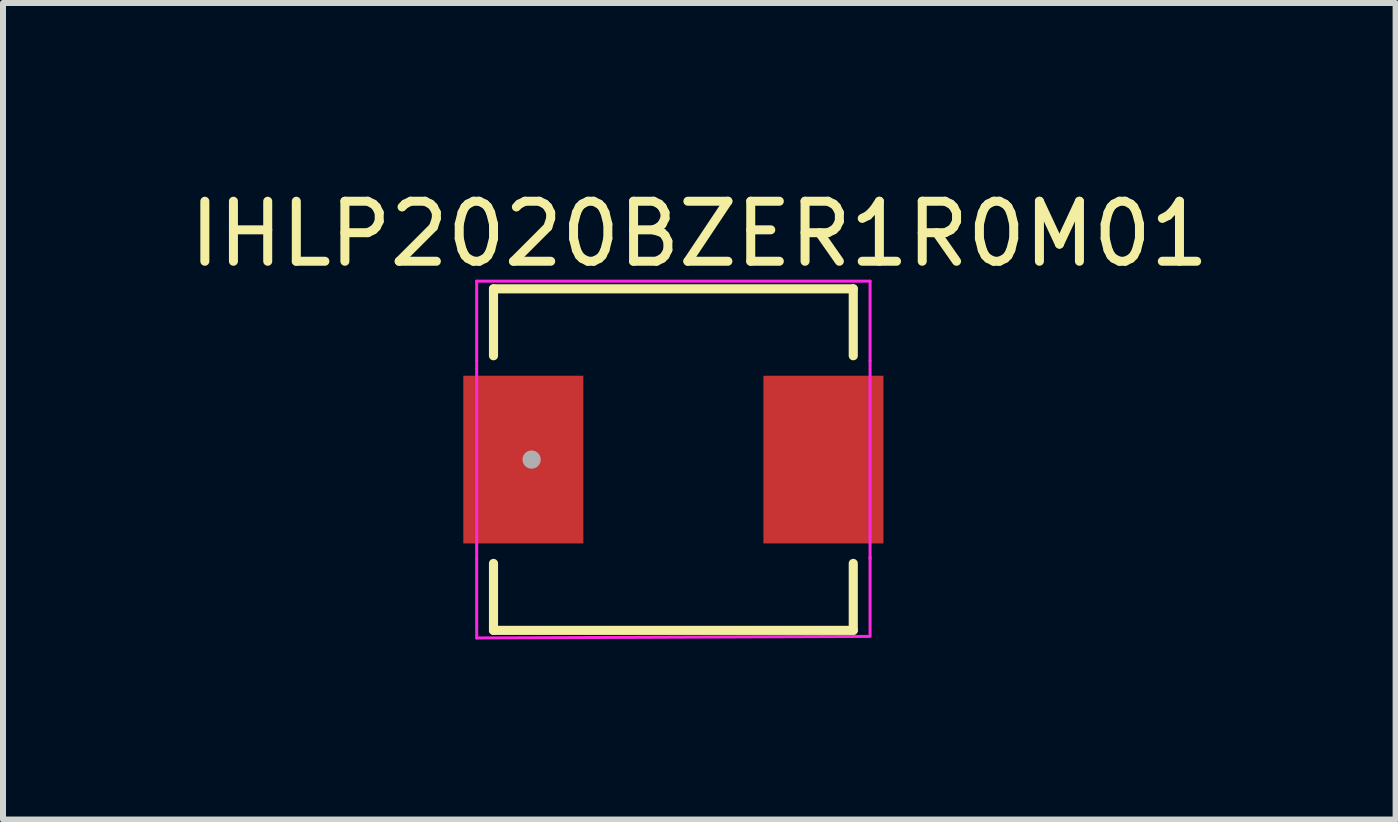
<source format=kicad_pcb>
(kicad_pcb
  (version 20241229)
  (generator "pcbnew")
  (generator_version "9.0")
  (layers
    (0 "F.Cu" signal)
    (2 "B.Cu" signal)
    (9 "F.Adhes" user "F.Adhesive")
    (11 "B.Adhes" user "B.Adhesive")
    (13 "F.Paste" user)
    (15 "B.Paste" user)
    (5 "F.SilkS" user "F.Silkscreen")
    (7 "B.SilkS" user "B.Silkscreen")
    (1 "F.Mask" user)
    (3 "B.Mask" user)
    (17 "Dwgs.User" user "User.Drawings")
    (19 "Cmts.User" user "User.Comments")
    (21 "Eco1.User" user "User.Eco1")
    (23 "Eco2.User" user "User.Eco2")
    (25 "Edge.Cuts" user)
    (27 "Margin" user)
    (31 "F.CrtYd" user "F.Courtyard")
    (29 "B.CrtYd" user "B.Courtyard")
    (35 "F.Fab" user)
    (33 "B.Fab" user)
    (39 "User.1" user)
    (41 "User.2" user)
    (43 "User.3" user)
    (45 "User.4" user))
  (footprint "IHLP2020BZER1R0M01"
    (layer "F.Cu")
    (at 8.169 4.607)
    (property "Reference" "IHLP2020BZER1R0M01" (at 0.432 -3.759 0) (layer "F.SilkS") (effects (font (size 1 1) (thickness 0.15))))
    (attr through_hole)
    (fp_line (start -2.997 -2.845) (end -2.997 -1.73) (stroke (width 0.152) (type solid)) (layer "F.SilkS"))
    (fp_line (start -2.997 1.73) (end -2.997 2.845) (stroke (width 0.152) (type solid)) (layer "F.SilkS"))
    (fp_line (start -2.997 2.845) (end 2.997 2.845) (stroke (width 0.152) (type solid)) (layer "F.SilkS"))
    (fp_line (start 2.997 -2.845) (end -2.997 -2.845) (stroke (width 0.152) (type solid)) (layer "F.SilkS"))
    (fp_line (start 2.997 -1.73) (end 2.997 -2.845) (stroke (width 0.152) (type solid)) (layer "F.SilkS"))
    (fp_line (start 2.997 2.845) (end 2.997 1.73) (stroke (width 0.152) (type solid)) (layer "F.SilkS"))
    (fp_line (start -3.277 -2.972) (end 3.277 -2.972) (stroke (width 0.05) (type solid)) (layer "F.CrtYd"))
    (fp_line (start -3.277 -1.651) (end -3.277 -2.972) (stroke (width 0.05) (type solid)) (layer "F.CrtYd"))
    (fp_line (start -3.277 1.651) (end -3.277 -1.651) (stroke (width 0.05) (type solid)) (layer "F.CrtYd"))
    (fp_line (start -3.277 2.972) (end -3.277 1.651) (stroke (width 0.05) (type solid)) (layer "F.CrtYd"))
    (fp_line (start 3.251 2.946) (end -3.277 2.972) (stroke (width 0.05) (type solid)) (layer "F.CrtYd"))
    (fp_line (start 3.277 -2.972) (end 3.277 -1.651) (stroke (width 0.05) (type solid)) (layer "F.CrtYd"))
    (fp_line (start 3.277 -1.651) (end 3.277 1.651) (stroke (width 0.05) (type solid)) (layer "F.CrtYd"))
    (fp_line (start 3.277 1.626) (end 3.277 2.946) (stroke (width 0.05) (type solid)) (layer "F.CrtYd"))
    (fp_circle (center -2.362 0) (end -2.286 0) (stroke (width 0.152) (type solid)) (fill no) (layer "F.Fab"))
    (pad "1" smd rect (at -2.5 0 90) (size 2.794 2) (layers "F.Cu" "F.Mask" "F.Paste"))
    (pad "2" smd rect (at 2.5 0 90) (size 2.794 2) (layers "F.Cu" "F.Mask" "F.Paste")))
  (gr_rect
    (start -3 -3)
    (end 20.202 10.604)
    (stroke (width 0.1) (type default))
    (fill no)
    (layer "Edge.Cuts")))
</source>
